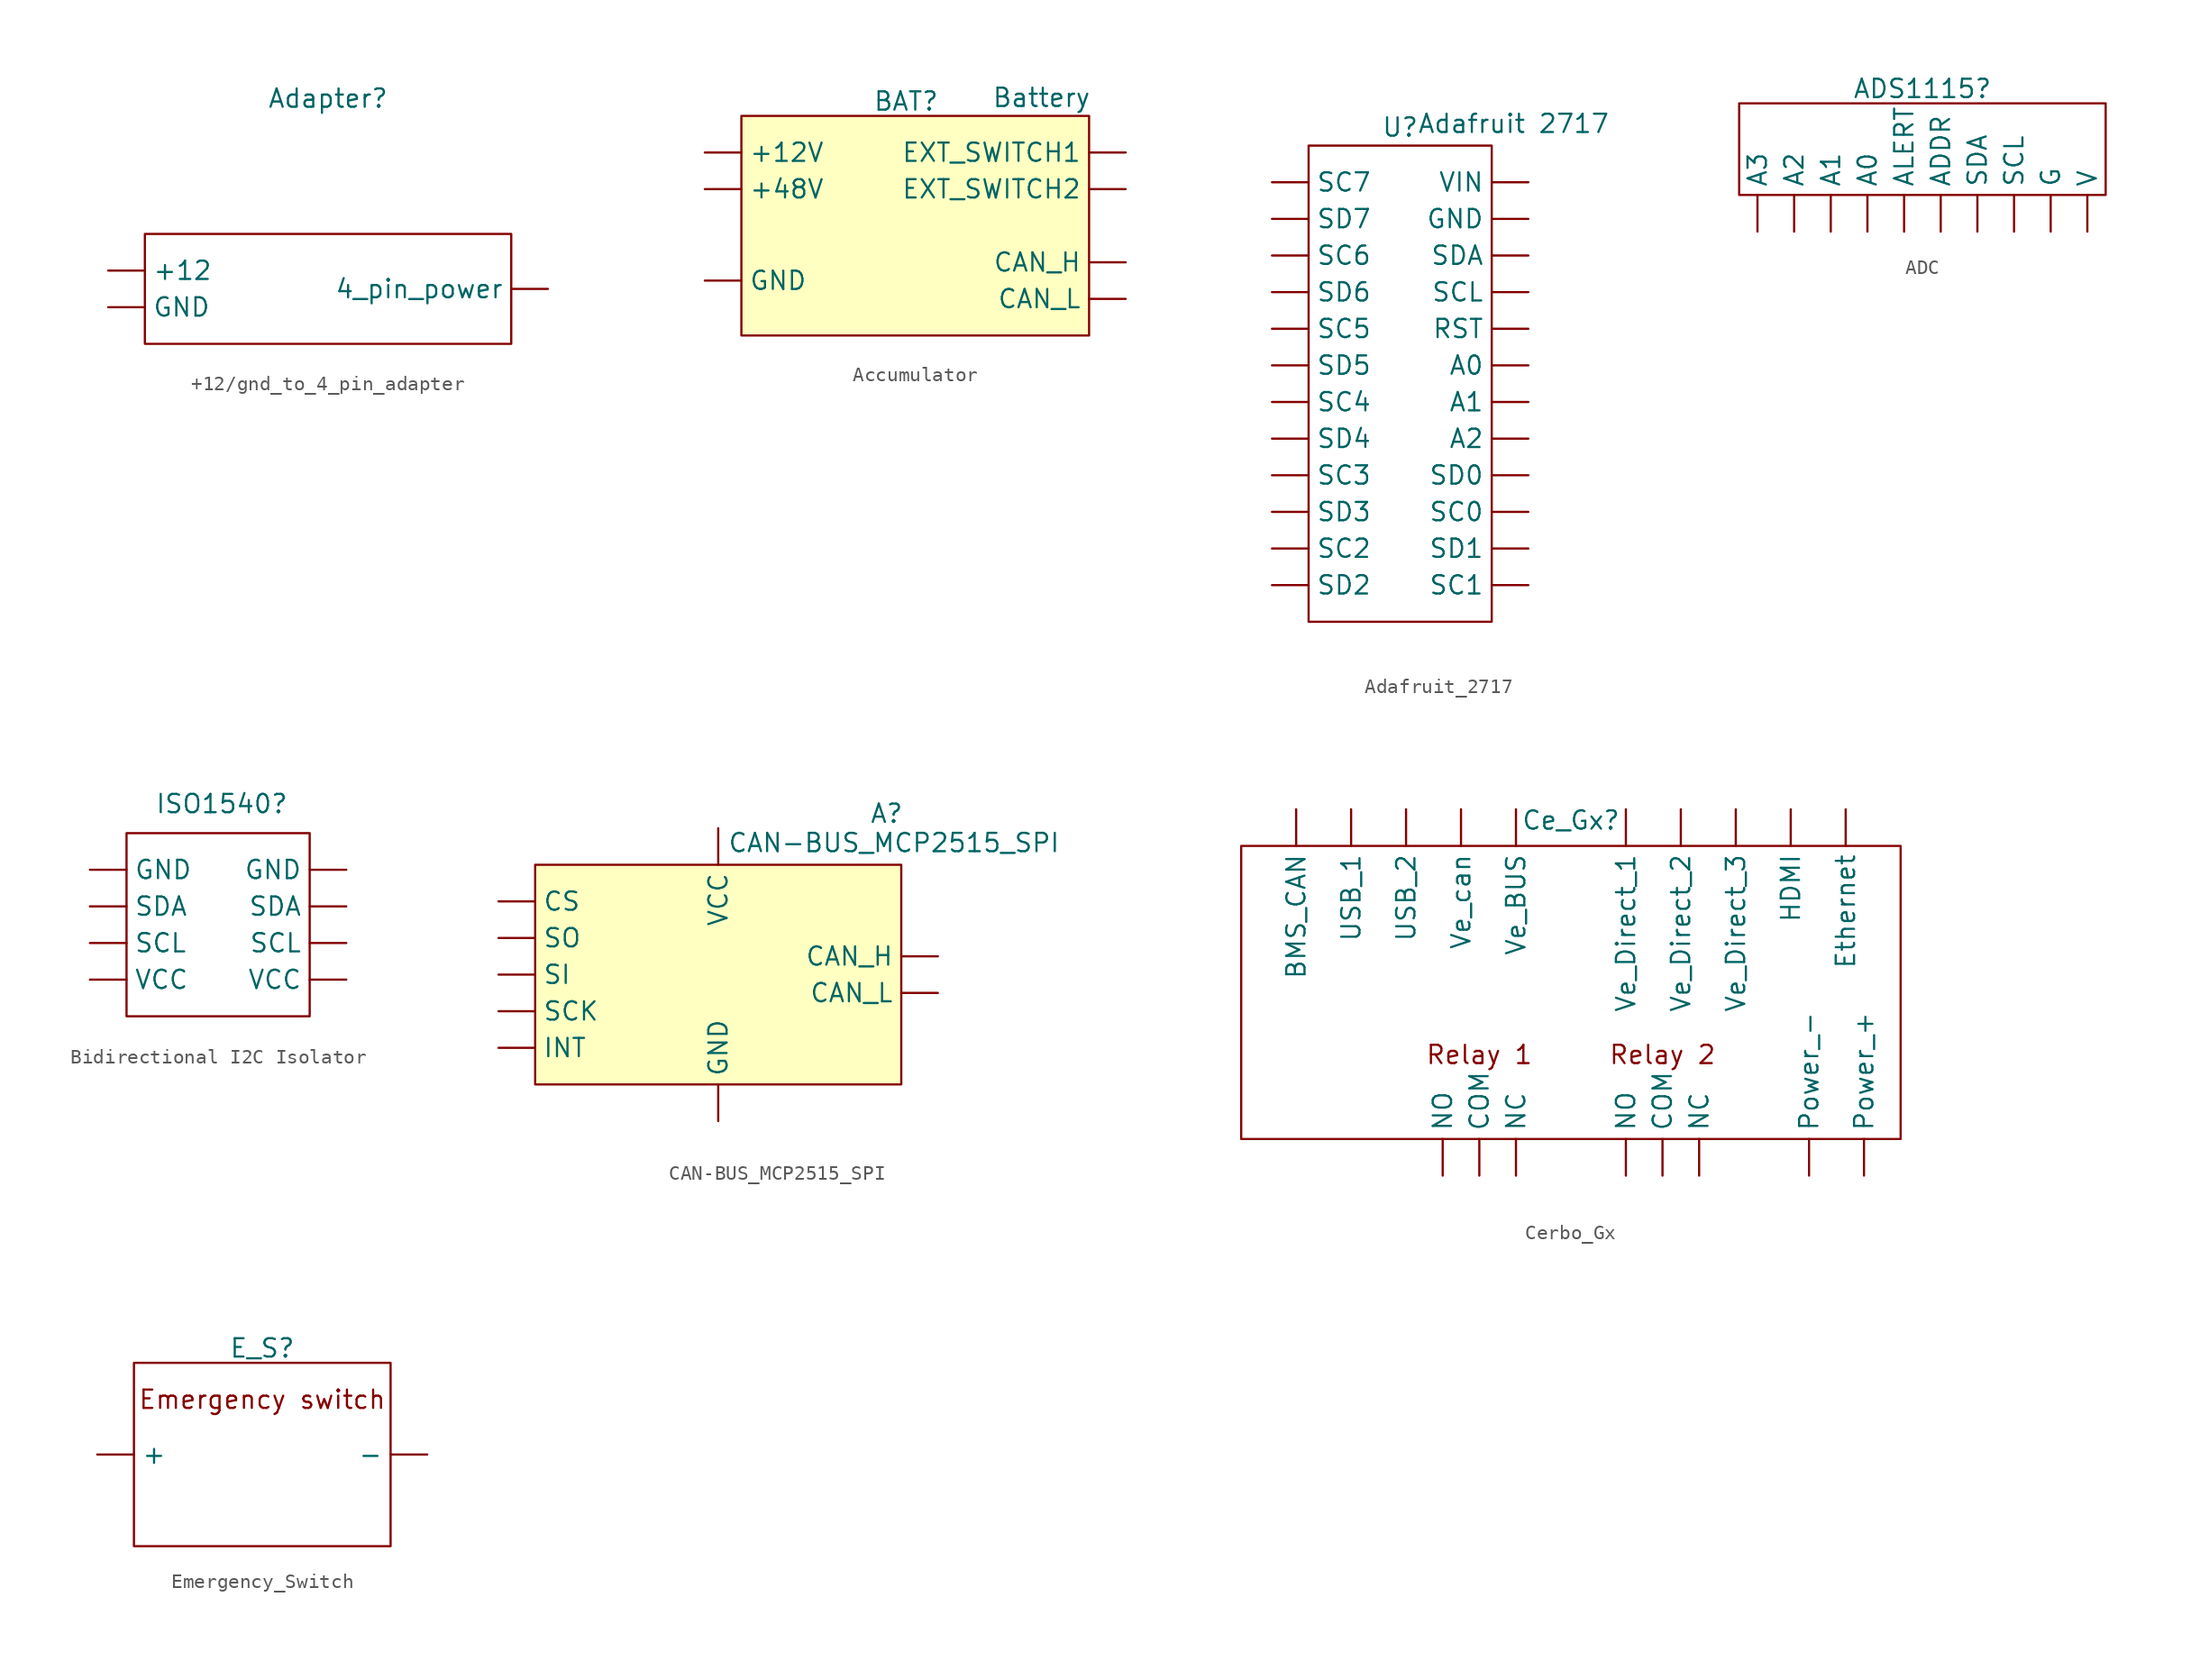
<source format=kicad_sym>
(kicad_symbol_lib
  (version 20231120)
  (generator "kicad_symbol_editor")
  (generator_version "8.0")
  (symbol "+12/gnd_to_4_pin_adapter"
    (property "Reference" "Adapter"
      (at 0 13.208 0)
      (effects (font (size 1.27 1.27))))
    (property "Value" ""
      (at 0 0 0)
      (effects (font (size 1.27 1.27))))
    (symbol "+12/gnd_to_4_pin_adapter_0_1"
      (rectangle (start -12.7 -3.81) (end 12.7 3.81) (stroke (width 0) (type default)) (fill (type none))))
    (symbol "+12/gnd_to_4_pin_adapter_1_1"
      (pin power_in line (at -15.24 1.27 0) (length 2.54) (name "+12" (effects (font (size 1.27 1.27)))) (number "" (effects (font (size 1.27 1.27)))))
      (pin power_out line (at 15.24 0 180) (length 2.54) (name "4_pin_power" (effects (font (size 1.27 1.27)))) (number "" (effects (font (size 1.27 1.27)))))
      (pin power_in line (at -15.24 -1.27 0) (length 2.54) (name "GND" (effects (font (size 1.27 1.27)))) (number "" (effects (font (size 1.27 1.27)))))))
  (symbol "Accumulator"
    (property "Reference" "BAT"
      (at 0 8.636 0)
      (effects (font (size 1.27 1.27))))
    (property "Value" "Battery"
      (at 9.398 8.89 0)
      (effects (font (size 1.27 1.27))))
    (symbol "Accumulator_1_1"
      (rectangle (start -11.43 7.62) (end 12.7 -7.62) (stroke (width 0) (type default)) (fill (type background)))
      (pin power_out line (at -13.97 5.08 0) (length 2.54) (name "+12V" (effects (font (size 1.27 1.27)))) (number "" (effects (font (size 1.27 1.27)))))
      (pin power_out line (at -13.97 2.54 0) (length 2.54) (name "+48V" (effects (font (size 1.27 1.27)))) (number "" (effects (font (size 1.27 1.27)))))
      (pin power_out line (at 15.24 -2.54 180) (length 2.54) (name "CAN_H" (effects (font (size 1.27 1.27)))) (number "" (effects (font (size 1.27 1.27)))))
      (pin power_out line (at 15.24 -5.08 180) (length 2.54) (name "CAN_L" (effects (font (size 1.27 1.27)))) (number "" (effects (font (size 1.27 1.27)))))
      (pin input line (at 15.24 5.08 180) (length 2.54) (name "EXT_SWITCH1" (effects (font (size 1.27 1.27)))) (number "" (effects (font (size 1.27 1.27)))))
      (pin input line (at 15.24 2.54 180) (length 2.54) (name "EXT_SWITCH2" (effects (font (size 1.27 1.27)))) (number "" (effects (font (size 1.27 1.27)))))
      (pin power_out line (at -13.97 -3.81 0) (length 2.54) (name "GND" (effects (font (size 1.27 1.27)))) (number "" (effects (font (size 1.27 1.27)))))))
  (symbol "Adafruit_2717"
    (property "Reference" "U"
      (at 0 19.05 0)
      (effects (font (size 1.27 1.27))))
    (property "Value" "Adafruit 2717"
      (at 7.874 19.304 0)
      (effects (font (size 1.27 1.27))))
    (symbol "Adafruit_2717_0_1"
      (rectangle (start -6.35 17.78) (end 6.35 -15.24) (stroke (width 0) (type default)) (fill (type none))))
    (symbol "Adafruit_2717_1_1"
      (pin input line (at 8.89 2.54 180) (length 2.54) (name "A0" (effects (font (size 1.27 1.27)))) (number "" (effects (font (size 1.27 1.27)))))
      (pin input line (at 8.89 0 180) (length 2.54) (name "A1" (effects (font (size 1.27 1.27)))) (number "" (effects (font (size 1.27 1.27)))))
      (pin input line (at 8.89 -2.54 180) (length 2.54) (name "A2" (effects (font (size 1.27 1.27)))) (number "" (effects (font (size 1.27 1.27)))))
      (pin input line (at 8.89 12.7 180) (length 2.54) (name "GND" (effects (font (size 1.27 1.27)))) (number "" (effects (font (size 1.27 1.27)))))
      (pin input line (at 8.89 5.08 180) (length 2.54) (name "RST" (effects (font (size 1.27 1.27)))) (number "" (effects (font (size 1.27 1.27)))))
      (pin input line (at 8.89 -7.62 180) (length 2.54) (name "SC0" (effects (font (size 1.27 1.27)))) (number "" (effects (font (size 1.27 1.27)))))
      (pin input line (at 8.89 -12.7 180) (length 2.54) (name "SC1" (effects (font (size 1.27 1.27)))) (number "" (effects (font (size 1.27 1.27)))))
      (pin input line (at -8.89 -10.16 0) (length 2.54) (name "SC2" (effects (font (size 1.27 1.27)))) (number "" (effects (font (size 1.27 1.27)))))
      (pin input line (at -8.89 -5.08 0) (length 2.54) (name "SC3" (effects (font (size 1.27 1.27)))) (number "" (effects (font (size 1.27 1.27)))))
      (pin input line (at -8.89 0 0) (length 2.54) (name "SC4" (effects (font (size 1.27 1.27)))) (number "" (effects (font (size 1.27 1.27)))))
      (pin input line (at -8.89 5.08 0) (length 2.54) (name "SC5" (effects (font (size 1.27 1.27)))) (number "" (effects (font (size 1.27 1.27)))))
      (pin input line (at -8.89 10.16 0) (length 2.54) (name "SC6" (effects (font (size 1.27 1.27)))) (number "" (effects (font (size 1.27 1.27)))))
      (pin input line (at -8.89 15.24 0) (length 2.54) (name "SC7" (effects (font (size 1.27 1.27)))) (number "" (effects (font (size 1.27 1.27)))))
      (pin input line (at 8.89 7.62 180) (length 2.54) (name "SCL" (effects (font (size 1.27 1.27)))) (number "" (effects (font (size 1.27 1.27)))))
      (pin input line (at 8.89 -5.08 180) (length 2.54) (name "SD0" (effects (font (size 1.27 1.27)))) (number "" (effects (font (size 1.27 1.27)))))
      (pin input line (at 8.89 -10.16 180) (length 2.54) (name "SD1" (effects (font (size 1.27 1.27)))) (number "" (effects (font (size 1.27 1.27)))))
      (pin input line (at -8.89 -12.7 0) (length 2.54) (name "SD2" (effects (font (size 1.27 1.27)))) (number "" (effects (font (size 1.27 1.27)))))
      (pin input line (at -8.89 -7.62 0) (length 2.54) (name "SD3" (effects (font (size 1.27 1.27)))) (number "" (effects (font (size 1.27 1.27)))))
      (pin input line (at -8.89 -2.54 0) (length 2.54) (name "SD4" (effects (font (size 1.27 1.27)))) (number "" (effects (font (size 1.27 1.27)))))
      (pin input line (at -8.89 2.54 0) (length 2.54) (name "SD5" (effects (font (size 1.27 1.27)))) (number "" (effects (font (size 1.27 1.27)))))
      (pin input line (at -8.89 7.62 0) (length 2.54) (name "SD6" (effects (font (size 1.27 1.27)))) (number "" (effects (font (size 1.27 1.27)))))
      (pin input line (at -8.89 12.7 0) (length 2.54) (name "SD7" (effects (font (size 1.27 1.27)))) (number "" (effects (font (size 1.27 1.27)))))
      (pin input line (at 8.89 10.16 180) (length 2.54) (name "SDA" (effects (font (size 1.27 1.27)))) (number "" (effects (font (size 1.27 1.27)))))
      (pin input line (at 8.89 15.24 180) (length 2.54) (name "VIN" (effects (font (size 1.27 1.27)))) (number "" (effects (font (size 1.27 1.27)))))))
  (symbol "ADC"
    (property "Reference" "ADS1115"
      (at 0 4.826 0)
      (effects (font (size 1.27 1.27))))
    (property "Value" ""
      (at -2.54 2.54 0)
      (effects (font (size 1.27 1.27))))
    (symbol "ADC_0_1"
      (rectangle (start -12.7 3.81) (end 12.7 -2.54) (stroke (width 0) (type default)) (fill (type none))))
    (symbol "ADC_1_1"
      (pin input line (at -3.81 -5.08 90) (length 2.54) (name "A0" (effects (font (size 1.27 1.27)))) (number "" (effects (font (size 1.27 1.27)))))
      (pin input line (at -6.35 -5.08 90) (length 2.54) (name "A1" (effects (font (size 1.27 1.27)))) (number "" (effects (font (size 1.27 1.27)))))
      (pin input line (at -8.89 -5.08 90) (length 2.54) (name "A2" (effects (font (size 1.27 1.27)))) (number "" (effects (font (size 1.27 1.27)))))
      (pin input line (at -11.43 -5.08 90) (length 2.54) (name "A3" (effects (font (size 1.27 1.27)))) (number "" (effects (font (size 1.27 1.27)))))
      (pin input line (at 1.27 -5.08 90) (length 2.54) (name "ADDR" (effects (font (size 1.27 1.27)))) (number "" (effects (font (size 1.27 1.27)))))
      (pin input line (at -1.27 -5.08 90) (length 2.54) (name "ALERT" (effects (font (size 1.27 1.27)))) (number "" (effects (font (size 1.27 1.27)))))
      (pin input line (at 8.89 -5.08 90) (length 2.54) (name "G" (effects (font (size 1.27 1.27)))) (number "" (effects (font (size 1.27 1.27)))))
      (pin input line (at 6.35 -5.08 90) (length 2.54) (name "SCL" (effects (font (size 1.27 1.27)))) (number "" (effects (font (size 1.27 1.27)))))
      (pin input line (at 3.81 -5.08 90) (length 2.54) (name "SDA" (effects (font (size 1.27 1.27)))) (number "" (effects (font (size 1.27 1.27)))))
      (pin input line (at 11.43 -5.08 90) (length 2.54) (name "V" (effects (font (size 1.27 1.27)))) (number "" (effects (font (size 1.27 1.27)))))))
  (symbol "Bidirectional I2C Isolator"
    (property "Reference" "ISO1540"
      (at 0.254 8.382 0)
      (effects (font (size 1.27 1.27))))
    (property "Value" ""
      (at 0 -6.35 0)
      (effects (font (size 1.27 1.27))))
    (symbol "Bidirectional I2C Isolator_0_1"
      (rectangle (start -6.35 6.35) (end 6.35 -6.35) (stroke (width 0) (type default)) (fill (type none))))
    (symbol "Bidirectional I2C Isolator_1_1"
      (pin input line (at -8.89 3.81 0) (length 2.54) (name "GND" (effects (font (size 1.27 1.27)))) (number "" (effects (font (size 1.27 1.27)))))
      (pin output line (at 8.89 3.81 180) (length 2.54) (name "GND" (effects (font (size 1.27 1.27)))) (number "" (effects (font (size 1.27 1.27)))))
      (pin input line (at -8.89 -1.27 0) (length 2.54) (name "SCL" (effects (font (size 1.27 1.27)))) (number "" (effects (font (size 1.27 1.27)))))
      (pin output line (at 8.89 -1.27 180) (length 2.54) (name "SCL" (effects (font (size 1.27 1.27)))) (number "" (effects (font (size 1.27 1.27)))))
      (pin input line (at -8.89 1.27 0) (length 2.54) (name "SDA" (effects (font (size 1.27 1.27)))) (number "" (effects (font (size 1.27 1.27)))))
      (pin output line (at 8.89 1.27 180) (length 2.54) (name "SDA" (effects (font (size 1.27 1.27)))) (number "" (effects (font (size 1.27 1.27)))))
      (pin input line (at -8.89 -3.81 0) (length 2.54) (name "VCC" (effects (font (size 1.27 1.27)))) (number "" (effects (font (size 1.27 1.27)))))
      (pin output line (at 8.89 -3.81 180) (length 2.54) (name "VCC" (effects (font (size 1.27 1.27)))) (number "" (effects (font (size 1.27 1.27)))))))
  (symbol "CAN-BUS_MCP2515_SPI"
    (property "Reference" "A"
      (at 11.684 14.986 0)
      (effects (font (size 1.27 1.27))))
    (property "Value" "CAN-BUS_MCP2515_SPI"
      (at 12.192 12.954 0)
      (effects (font (size 1.27 1.27))))
    (symbol "CAN-BUS_MCP2515_SPI_1_1"
      (rectangle (start -12.7 11.43) (end 12.7 -3.81) (stroke (width 0) (type default)) (fill (type background)))
      (pin bidirectional line (at 15.24 5.08 180) (length 2.54) (name "CAN_H" (effects (font (size 1.27 1.27)))) (number "" (effects (font (size 1.27 1.27)))))
      (pin bidirectional line (at 15.24 2.54 180) (length 2.54) (name "CAN_L" (effects (font (size 1.27 1.27)))) (number "" (effects (font (size 1.27 1.27)))))
      (pin input line (at -15.24 8.89 0) (length 2.54) (name "CS" (effects (font (size 1.27 1.27)))) (number "" (effects (font (size 1.27 1.27)))))
      (pin power_in line (at 0 -6.35 90) (length 2.54) (name "GND" (effects (font (size 1.27 1.27)))) (number "" (effects (font (size 1.27 1.27)))))
      (pin output line (at -15.24 -1.27 0) (length 2.54) (name "INT" (effects (font (size 1.27 1.27)))) (number "" (effects (font (size 1.27 1.27)))))
      (pin input line (at -15.24 1.27 0) (length 2.54) (name "SCK" (effects (font (size 1.27 1.27)))) (number "" (effects (font (size 1.27 1.27)))))
      (pin input line (at -15.24 3.81 0) (length 2.54) (name "SI" (effects (font (size 1.27 1.27)))) (number "" (effects (font (size 1.27 1.27)))))
      (pin output line (at -15.24 6.35 0) (length 2.54) (name "SO" (effects (font (size 1.27 1.27)))) (number "" (effects (font (size 1.27 1.27)))))
      (pin power_in line (at 0 13.97 270) (length 2.54) (name "VCC" (effects (font (size 1.27 1.27)))) (number "" (effects (font (size 1.27 1.27)))))))
  (symbol "Cerbo_Gx"
    (property "Reference" "Ce_Gx"
      (at 0 10.668 0)
      (effects (font (size 1.27 1.27))))
    (property "Value" ""
      (at 6.35 10.922 0)
      (effects (font (size 1.27 1.27))))
    (symbol "Cerbo_Gx_0_1"
      (rectangle (start -22.86 8.89) (end 22.86 -11.43) (stroke (width 0) (type default)) (fill (type none))))
    (symbol "Cerbo_Gx_1_1"
      (text "Relay 1" (at -6.35 -5.588 0) (effects (font (size 1.27 1.27))))
      (text "Relay 2" (at 6.35 -5.588 0) (effects (font (size 1.27 1.27))))
      (pin input line (at -19.05 11.43 270) (length 2.54) (name "BMS_CAN" (effects (font (size 1.27 1.27)))) (number "" (effects (font (size 1.27 1.27)))))
      (pin output line (at -6.35 -13.97 90) (length 2.54) (name "COM" (effects (font (size 1.27 1.27)))) (number "" (effects (font (size 1.27 1.27)))))
      (pin output line (at 6.35 -13.97 90) (length 2.54) (name "COM" (effects (font (size 1.27 1.27)))) (number "" (effects (font (size 1.27 1.27)))))
      (pin input line (at 19.05 11.43 270) (length 2.54) (name "Ethernet" (effects (font (size 1.27 1.27)))) (number "" (effects (font (size 1.27 1.27)))))
      (pin input line (at 15.24 11.43 270) (length 2.54) (name "HDMI" (effects (font (size 1.27 1.27)))) (number "" (effects (font (size 1.27 1.27)))))
      (pin output line (at -3.81 -13.97 90) (length 2.54) (name "NC" (effects (font (size 1.27 1.27)))) (number "" (effects (font (size 1.27 1.27)))))
      (pin output line (at 8.89 -13.97 90) (length 2.54) (name "NC" (effects (font (size 1.27 1.27)))) (number "" (effects (font (size 1.27 1.27)))))
      (pin output line (at -8.89 -13.97 90) (length 2.54) (name "NO" (effects (font (size 1.27 1.27)))) (number "" (effects (font (size 1.27 1.27)))))
      (pin output line (at 3.81 -13.97 90) (length 2.54) (name "NO" (effects (font (size 1.27 1.27)))) (number "" (effects (font (size 1.27 1.27)))))
      (pin power_in line (at 20.32 -13.97 90) (length 2.54) (name "Power_+" (effects (font (size 1.27 1.27)))) (number "" (effects (font (size 1.27 1.27)))))
      (pin power_in line (at 16.51 -13.97 90) (length 2.54) (name "Power_-" (effects (font (size 1.27 1.27)))) (number "" (effects (font (size 1.27 1.27)))))
      (pin input line (at -15.24 11.43 270) (length 2.54) (name "USB_1" (effects (font (size 1.27 1.27)))) (number "" (effects (font (size 1.27 1.27)))))
      (pin input line (at -11.43 11.43 270) (length 2.54) (name "USB_2" (effects (font (size 1.27 1.27)))) (number "" (effects (font (size 1.27 1.27)))))
      (pin input line (at -3.81 11.43 270) (length 2.54) (name "Ve_BUS" (effects (font (size 1.27 1.27)))) (number "" (effects (font (size 1.27 1.27)))))
      (pin input line (at 3.81 11.43 270) (length 2.54) (name "Ve_Direct_1" (effects (font (size 1.27 1.27)))) (number "" (effects (font (size 1.27 1.27)))))
      (pin input line (at 7.62 11.43 270) (length 2.54) (name "Ve_Direct_2" (effects (font (size 1.27 1.27)))) (number "" (effects (font (size 1.27 1.27)))))
      (pin input line (at 11.43 11.43 270) (length 2.54) (name "Ve_Direct_3" (effects (font (size 1.27 1.27)))) (number "" (effects (font (size 1.27 1.27)))))
      (pin input line (at -7.62 11.43 270) (length 2.54) (name "Ve_can" (effects (font (size 1.27 1.27)))) (number "" (effects (font (size 1.27 1.27)))))))
  (symbol "Emergency_Switch"
    (property "Reference" "E_S"
      (at 0 7.366 0)
      (effects (font (size 1.27 1.27))))
    (property "Value" ""
      (at 0 0 0)
      (effects (font (size 1.27 1.27))))
    (symbol "Emergency_Switch_0_1"
      (rectangle (start -8.89 6.35) (end 8.89 -6.35) (stroke (width 0) (type default)) (fill (type none))))
    (symbol "Emergency_Switch_1_1"
      (text "Emergency switch" (at 0 3.81 0) (effects (font (size 1.27 1.27))))
      (pin power_in line (at -11.43 0 0) (length 2.54) (name "+" (effects (font (size 1.27 1.27)))) (number "" (effects (font (size 1.27 1.27)))))
      (pin power_out line (at 11.43 0 180) (length 2.54) (name "-" (effects (font (size 1.27 1.27)))) (number "" (effects (font (size 1.27 1.27))))))))
</source>
